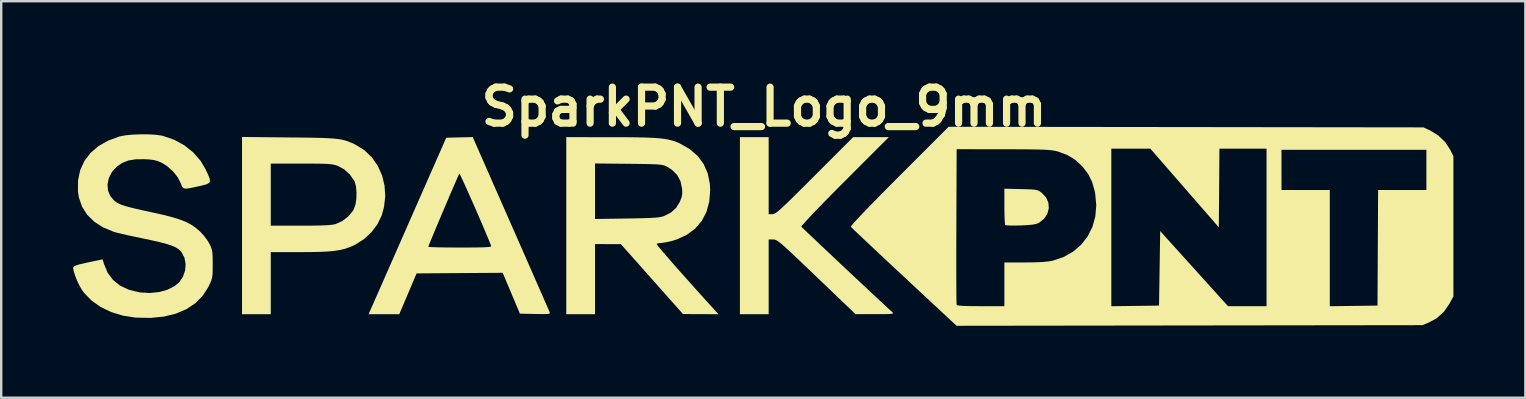
<source format=kicad_pcb>
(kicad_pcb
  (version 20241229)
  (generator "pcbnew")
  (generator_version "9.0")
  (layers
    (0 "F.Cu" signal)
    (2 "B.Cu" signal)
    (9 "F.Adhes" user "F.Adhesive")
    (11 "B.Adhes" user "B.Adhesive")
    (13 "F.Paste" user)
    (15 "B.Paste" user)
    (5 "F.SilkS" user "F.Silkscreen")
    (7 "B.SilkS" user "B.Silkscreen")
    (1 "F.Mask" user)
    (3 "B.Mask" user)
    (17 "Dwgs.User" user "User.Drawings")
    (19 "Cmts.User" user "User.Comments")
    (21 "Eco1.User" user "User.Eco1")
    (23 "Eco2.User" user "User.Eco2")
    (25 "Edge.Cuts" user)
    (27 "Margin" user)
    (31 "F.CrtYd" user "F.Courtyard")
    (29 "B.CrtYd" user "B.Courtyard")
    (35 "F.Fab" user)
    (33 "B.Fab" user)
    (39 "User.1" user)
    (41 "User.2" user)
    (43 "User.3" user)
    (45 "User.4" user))
  (footprint "SparkPNT_Logo_9mm"
    (layer "F.Cu")
    (at 28.795 6.404)
    (property "Reference" "SparkPNT_Logo_9mm" (at 0 -5 0) (layer "F.SilkS") (effects (font (size 1.5 1.5) (thickness 0.3))))
    (attr board_only exclude_from_pos_files exclude_from_bom)
    (fp_poly (pts (xy 10.703 -1.573) (xy 10.973 -1.566) (xy 11.167 -1.558) (xy 11.301 -1.545) (xy 11.396 -1.523) (xy 11.469 -1.491) (xy 11.539 -1.443) (xy 11.571 -1.419) (xy 11.75 -1.23) (xy 11.849 -1.01) (xy 11.868 -0.777) (xy 11.81 -0.548) (xy 11.676 -0.342) (xy 11.469 -0.175) (xy 11.436 -0.157) (xy 11.328 -0.117) (xy 11.164 -0.089) (xy 10.931 -0.069) (xy 10.687 -0.058) (xy 10.456 -0.053) (xy 10.261 -0.055) (xy 10.12 -0.062) (xy 10.054 -0.074) (xy 10.052 -0.075) (xy 10.04 -0.133) (xy 10.029 -0.27) (xy 10.021 -0.468) (xy 10.017 -0.709) (xy 10.016 -0.85) (xy 10.016 -1.589)) (stroke (width 0) (type solid)) (fill yes) (layer "F.SilkS"))
    (fp_poly (pts (xy 0.192 -2.133) (xy 0.192 -0.527) (xy 0.348 -0.527) (xy 0.389 -0.532) (xy 0.438 -0.551) (xy 0.501 -0.589) (xy 0.584 -0.652) (xy 0.693 -0.746) (xy 0.834 -0.875) (xy 1.014 -1.047) (xy 1.238 -1.266) (xy 1.513 -1.539) (xy 1.846 -1.87) (xy 2.109 -2.133) (xy 3.714 -3.738) (xy 4.456 -3.738) (xy 5.199 -3.738) (xy 3.36 -1.899) (xy 2.985 -1.522) (xy 2.643 -1.175) (xy 2.339 -0.864) (xy 2.077 -0.592) (xy 1.863 -0.366) (xy 1.701 -0.19) (xy 1.596 -0.07) (xy 1.554 -0.011) (xy 1.554 -0.006) (xy 1.592 0.033) (xy 1.692 0.129) (xy 1.848 0.277) (xy 2.05 0.469) (xy 2.291 0.697) (xy 2.564 0.955) (xy 2.861 1.235) (xy 3.174 1.53) (xy 3.496 1.832) (xy 3.819 2.135) (xy 4.135 2.431) (xy 4.437 2.714) (xy 4.716 2.975) (xy 4.966 3.207) (xy 5.178 3.405) (xy 5.345 3.559) (xy 5.366 3.578) (xy 5.379 3.602) (xy 5.35 3.619) (xy 5.27 3.63) (xy 5.126 3.637) (xy 4.908 3.64) (xy 4.623 3.64) (xy 3.81 3.638) (xy 2.186 2.083) (xy 1.807 1.721) (xy 1.492 1.42) (xy 1.232 1.174) (xy 1.022 0.978) (xy 0.855 0.826) (xy 0.725 0.713) (xy 0.624 0.632) (xy 0.547 0.579) (xy 0.488 0.548) (xy 0.438 0.532) (xy 0.393 0.527) (xy 0.376 0.527) (xy 0.192 0.527) (xy 0.192 2.085) (xy 0.192 3.642) (xy -0.407 3.642) (xy -1.006 3.642) (xy -1.006 -0.048) (xy -1.006 -3.738) (xy -0.407 -3.738) (xy 0.192 -3.738)) (stroke (width 0) (type solid)) (fill yes) (layer "F.SilkS"))
    (fp_poly (pts (xy -19.805 -3.726) (xy -19.286 -3.721) (xy -18.853 -3.715) (xy -18.494 -3.707) (xy -18.2 -3.696) (xy -17.96 -3.681) (xy -17.762 -3.66) (xy -17.598 -3.633) (xy -17.456 -3.599) (xy -17.325 -3.555) (xy -17.196 -3.502) (xy -17.057 -3.437) (xy -17.023 -3.421) (xy -16.655 -3.191) (xy -16.346 -2.895) (xy -16.101 -2.544) (xy -15.923 -2.149) (xy -15.818 -1.722) (xy -15.789 -1.275) (xy -15.841 -0.819) (xy -15.935 -0.478) (xy -16.112 -0.111) (xy -16.367 0.227) (xy -16.684 0.519) (xy -17.043 0.746) (xy -17.078 0.763) (xy -17.269 0.846) (xy -17.461 0.913) (xy -17.668 0.964) (xy -17.904 1.002) (xy -18.183 1.028) (xy -18.518 1.044) (xy -18.923 1.052) (xy -19.336 1.054) (xy -20.56 1.054) (xy -20.56 2.348) (xy -20.56 3.642) (xy -21.159 3.642) (xy -21.758 3.642) (xy -21.758 -0.051) (xy -21.758 -1.342) (xy -20.56 -1.342) (xy -20.56 -0.048) (xy -19.322 -0.048) (xy -18.907 -0.049) (xy -18.576 -0.054) (xy -18.317 -0.062) (xy -18.12 -0.074) (xy -17.973 -0.091) (xy -17.864 -0.114) (xy -17.847 -0.119) (xy -17.586 -0.238) (xy -17.341 -0.425) (xy -17.146 -0.652) (xy -17.096 -0.736) (xy -17.029 -0.928) (xy -16.992 -1.173) (xy -16.985 -1.438) (xy -17.009 -1.687) (xy -17.064 -1.887) (xy -17.079 -1.917) (xy -17.264 -2.181) (xy -17.505 -2.398) (xy -17.768 -2.54) (xy -17.853 -2.569) (xy -17.943 -2.592) (xy -18.051 -2.609) (xy -18.19 -2.621) (xy -18.373 -2.629) (xy -18.613 -2.633) (xy -18.924 -2.635) (xy -19.291 -2.636) (xy -20.56 -2.636) (xy -20.56 -1.342) (xy -21.758 -1.342) (xy -21.758 -3.745)) (stroke (width 0) (type solid)) (fill yes) (layer "F.SilkS"))
    (fp_poly (pts (xy -10.555 -0.133) (xy -10.31 0.423) (xy -10.076 0.956) (xy -9.856 1.457) (xy -9.652 1.921) (xy -9.468 2.341) (xy -9.306 2.709) (xy -9.17 3.021) (xy -9.062 3.268) (xy -8.985 3.443) (xy -8.943 3.542) (xy -8.935 3.56) (xy -8.928 3.594) (xy -8.948 3.617) (xy -9.008 3.631) (xy -9.123 3.637) (xy -9.307 3.636) (xy -9.54 3.632) (xy -10.177 3.618) (xy -10.535 2.767) (xy -10.894 1.916) (xy -12.688 1.928) (xy -14.482 1.941) (xy -14.843 2.792) (xy -15.204 3.642) (xy -15.844 3.642) (xy -16.484 3.642) (xy -16.436 3.534) (xy -16.409 3.475) (xy -16.347 3.334) (xy -16.253 3.119) (xy -16.128 2.837) (xy -15.977 2.494) (xy -15.803 2.097) (xy -15.607 1.653) (xy -15.394 1.169) (xy -15.246 0.832) (xy -13.994 0.832) (xy -13.948 0.84) (xy -13.819 0.847) (xy -13.618 0.853) (xy -13.357 0.858) (xy -13.05 0.861) (xy -12.708 0.863) (xy -12.671 0.863) (xy -12.265 0.862) (xy -11.947 0.859) (xy -11.708 0.854) (xy -11.54 0.845) (xy -11.433 0.834) (xy -11.38 0.819) (xy -11.371 0.803) (xy -11.443 0.621) (xy -11.539 0.388) (xy -11.655 0.114) (xy -11.783 -0.187) (xy -11.921 -0.505) (xy -12.061 -0.827) (xy -12.2 -1.142) (xy -12.332 -1.438) (xy -12.451 -1.703) (xy -12.553 -1.925) (xy -12.632 -2.092) (xy -12.683 -2.193) (xy -12.7 -2.218) (xy -12.726 -2.167) (xy -12.783 -2.04) (xy -12.866 -1.85) (xy -12.97 -1.609) (xy -13.09 -1.331) (xy -13.22 -1.026) (xy -13.355 -0.709) (xy -13.49 -0.391) (xy -13.619 -0.085) (xy -13.737 0.197) (xy -13.839 0.442) (xy -13.919 0.637) (xy -13.972 0.771) (xy -13.994 0.83) (xy -13.994 0.832) (xy -15.246 0.832) (xy -15.166 0.651) (xy -14.927 0.106) (xy -14.817 -0.144) (xy -13.246 -3.714) (xy -12.694 -3.728) (xy -12.142 -3.741)) (stroke (width 0) (type solid)) (fill yes) (layer "F.SilkS"))
    (fp_poly (pts (xy -6.386 -3.736) (xy -5.838 -3.735) (xy -5.376 -3.731) (xy -4.989 -3.723) (xy -4.667 -3.711) (xy -4.402 -3.693) (xy -4.181 -3.669) (xy -3.995 -3.638) (xy -3.834 -3.598) (xy -3.688 -3.55) (xy -3.547 -3.492) (xy -3.519 -3.479) (xy -3.106 -3.245) (xy -2.772 -2.959) (xy -2.52 -2.621) (xy -2.349 -2.233) (xy -2.26 -1.795) (xy -2.246 -1.531) (xy -2.284 -1.05) (xy -2.402 -0.62) (xy -2.598 -0.245) (xy -2.87 0.073) (xy -3.214 0.329) (xy -3.629 0.522) (xy -3.868 0.596) (xy -4.05 0.636) (xy -4.216 0.664) (xy -4.305 0.671) (xy -4.416 0.683) (xy -4.477 0.713) (xy -4.451 0.757) (xy -4.365 0.868) (xy -4.221 1.04) (xy -4.023 1.269) (xy -3.777 1.552) (xy -3.484 1.883) (xy -3.15 2.257) (xy -2.779 2.672) (xy -2.373 3.122) (xy -1.998 3.534) (xy -1.9 3.642) (xy -2.639 3.639) (xy -3.379 3.636) (xy -4.673 2.179) (xy -5.967 0.722) (xy -6.506 0.72) (xy -7.045 0.719) (xy -7.045 2.181) (xy -7.045 3.642) (xy -7.644 3.642) (xy -8.243 3.642) (xy -8.243 -0.048) (xy -8.243 -1.484) (xy -7.045 -1.484) (xy -7.045 -0.327) (xy -5.715 -0.347) (xy -5.304 -0.354) (xy -4.977 -0.362) (xy -4.723 -0.371) (xy -4.528 -0.383) (xy -4.383 -0.398) (xy -4.274 -0.418) (xy -4.19 -0.442) (xy -4.173 -0.448) (xy -3.88 -0.596) (xy -3.662 -0.795) (xy -3.511 -1.043) (xy -3.438 -1.227) (xy -3.409 -1.387) (xy -3.415 -1.576) (xy -3.415 -1.579) (xy -3.482 -1.898) (xy -3.623 -2.162) (xy -3.844 -2.38) (xy -4.049 -2.509) (xy -4.109 -2.539) (xy -4.173 -2.562) (xy -4.254 -2.581) (xy -4.361 -2.594) (xy -4.509 -2.605) (xy -4.707 -2.612) (xy -4.968 -2.618) (xy -5.303 -2.623) (xy -5.643 -2.627) (xy -7.045 -2.641) (xy -7.045 -1.484) (xy -8.243 -1.484) (xy -8.243 -3.738)) (stroke (width 0) (type solid)) (fill yes) (layer "F.SilkS"))
    (fp_poly (pts (xy 17.588 -4.158) (xy 27.485 -4.145) (xy 27.757 -4.018) (xy 28.102 -3.807) (xy 28.388 -3.532) (xy 28.59 -3.225) (xy 28.731 -2.947) (xy 28.731 -0.024) (xy 28.731 2.899) (xy 28.567 3.202) (xy 28.334 3.539) (xy 28.042 3.805) (xy 27.707 3.988) (xy 27.437 4.098) (xy 17.73 4.111) (xy 8.023 4.124) (xy 5.837 2.088) (xy 5.451 1.729) (xy 5.235 1.526) (xy 8.012 1.526) (xy 8.012 1.967) (xy 8.013 2.355) (xy 8.015 2.683) (xy 8.017 2.944) (xy 8.02 3.129) (xy 8.024 3.23) (xy 8.025 3.247) (xy 8.058 3.268) (xy 8.145 3.284) (xy 8.294 3.296) (xy 8.515 3.303) (xy 8.818 3.306) (xy 9.032 3.307) (xy 10.016 3.307) (xy 10.016 2.396) (xy 10.016 1.486) (xy 10.867 1.485) (xy 11.289 1.48) (xy 11.623 1.465) (xy 11.878 1.439) (xy 12.021 1.413) (xy 12.479 1.26) (xy 12.879 1.035) (xy 13.216 0.746) (xy 13.486 0.4) (xy 13.675 0.025) (xy 14.473 0.025) (xy 14.473 3.309) (xy 15.468 3.296) (xy 16.462 3.283) (xy 16.486 1.73) (xy 16.51 0.176) (xy 17.923 1.742) (xy 19.336 3.307) (xy 20.139 3.307) (xy 20.943 3.307) (xy 20.943 0.024) (xy 20.943 -2.372) (xy 21.566 -2.372) (xy 21.566 -1.534) (xy 22.572 -1.534) (xy 23.579 -1.534) (xy 23.579 0.888) (xy 23.579 3.309) (xy 24.573 3.296) (xy 25.568 3.283) (xy 25.58 0.875) (xy 25.593 -1.534) (xy 26.599 -1.534) (xy 27.605 -1.534) (xy 27.605 -2.372) (xy 27.605 -3.211) (xy 24.585 -3.211) (xy 21.566 -3.211) (xy 21.566 -2.372) (xy 20.943 -2.372) (xy 20.943 -3.259) (xy 19.961 -3.259) (xy 18.979 -3.259) (xy 18.967 -1.619) (xy 18.954 0.021) (xy 17.526 -1.619) (xy 16.099 -3.259) (xy 15.286 -3.259) (xy 14.473 -3.259) (xy 14.473 0.025) (xy 13.675 0.025) (xy 13.685 0.005) (xy 13.806 -0.43) (xy 13.846 -0.899) (xy 13.8 -1.394) (xy 13.782 -1.489) (xy 13.673 -1.869) (xy 13.514 -2.192) (xy 13.286 -2.493) (xy 13.247 -2.536) (xy 12.965 -2.795) (xy 12.652 -2.987) (xy 12.281 -3.128) (xy 12.221 -3.145) (xy 12.133 -3.166) (xy 12.035 -3.184) (xy 11.917 -3.198) (xy 11.769 -3.21) (xy 11.581 -3.218) (xy 11.343 -3.224) (xy 11.045 -3.228) (xy 10.675 -3.231) (xy 10.226 -3.232) (xy 9.968 -3.233) (xy 8.027 -3.235) (xy 8.015 -0.024) (xy 8.013 0.523) (xy 8.012 1.043) (xy 8.012 1.526) (xy 5.235 1.526) (xy 5.086 1.387) (xy 4.747 1.07) (xy 4.442 0.783) (xy 4.175 0.532) (xy 3.953 0.322) (xy 3.782 0.16) (xy 3.668 0.05) (xy 3.618 -0.001) (xy 3.616 -0.003) (xy 3.642 -0.049) (xy 3.734 -0.158) (xy 3.889 -0.328) (xy 4.103 -0.555) (xy 4.375 -0.837) (xy 4.7 -1.17) (xy 5.076 -1.551) (xy 5.499 -1.977) (xy 5.637 -2.115) (xy 7.692 -4.17)) (stroke (width 0) (type solid)) (fill yes) (layer "F.SilkS"))
    (fp_poly (pts (xy -25.662 -3.854) (xy -25.359 -3.837) (xy -25.112 -3.803) (xy -25.065 -3.793) (xy -24.593 -3.633) (xy -24.165 -3.4) (xy -23.793 -3.104) (xy -23.487 -2.753) (xy -23.292 -2.426) (xy -23.177 -2.186) (xy -23.109 -2.016) (xy -23.092 -1.901) (xy -23.134 -1.825) (xy -23.239 -1.772) (xy -23.413 -1.725) (xy -23.555 -1.693) (xy -23.815 -1.636) (xy -23.998 -1.601) (xy -24.12 -1.592) (xy -24.197 -1.611) (xy -24.247 -1.661) (xy -24.285 -1.744) (xy -24.311 -1.816) (xy -24.441 -2.07) (xy -24.64 -2.318) (xy -24.881 -2.532) (xy -25.1 -2.668) (xy -25.263 -2.738) (xy -25.424 -2.782) (xy -25.619 -2.808) (xy -25.81 -2.819) (xy -26.188 -2.815) (xy -26.498 -2.764) (xy -26.759 -2.66) (xy -26.977 -2.509) (xy -27.18 -2.285) (xy -27.309 -2.034) (xy -27.364 -1.771) (xy -27.344 -1.513) (xy -27.246 -1.278) (xy -27.086 -1.093) (xy -27.003 -1.03) (xy -26.908 -0.974) (xy -26.789 -0.922) (xy -26.634 -0.869) (xy -26.43 -0.813) (xy -26.166 -0.748) (xy -25.829 -0.672) (xy -25.496 -0.6) (xy -25.039 -0.498) (xy -24.664 -0.402) (xy -24.357 -0.306) (xy -24.103 -0.207) (xy -23.891 -0.098) (xy -23.705 0.027) (xy -23.532 0.173) (xy -23.506 0.196) (xy -23.343 0.373) (xy -23.195 0.572) (xy -23.112 0.714) (xy -23.055 0.836) (xy -23.017 0.946) (xy -22.995 1.068) (xy -22.984 1.226) (xy -22.98 1.445) (xy -22.98 1.56) (xy -22.981 1.806) (xy -22.987 1.982) (xy -23.004 2.115) (xy -23.036 2.231) (xy -23.089 2.356) (xy -23.16 2.503) (xy -23.395 2.872) (xy -23.701 3.182) (xy -24.076 3.431) (xy -24.515 3.618) (xy -25.012 3.74) (xy -25.564 3.796) (xy -26.166 3.784) (xy -26.215 3.78) (xy -26.734 3.699) (xy -27.217 3.55) (xy -27.654 3.339) (xy -28.032 3.071) (xy -28.34 2.753) (xy -28.434 2.622) (xy -28.534 2.45) (xy -28.63 2.249) (xy -28.711 2.044) (xy -28.77 1.86) (xy -28.795 1.723) (xy -28.793 1.685) (xy -28.759 1.646) (xy -28.665 1.604) (xy -28.501 1.556) (xy -28.255 1.5) (xy -28.173 1.482) (xy -27.568 1.355) (xy -27.51 1.552) (xy -27.358 1.914) (xy -27.134 2.214) (xy -26.839 2.451) (xy -26.475 2.623) (xy -26.046 2.728) (xy -26.005 2.734) (xy -25.6 2.758) (xy -25.215 2.719) (xy -24.865 2.622) (xy -24.569 2.471) (xy -24.384 2.317) (xy -24.223 2.087) (xy -24.13 1.824) (xy -24.108 1.55) (xy -24.157 1.287) (xy -24.278 1.058) (xy -24.33 0.998) (xy -24.422 0.918) (xy -24.543 0.846) (xy -24.706 0.777) (xy -24.92 0.708) (xy -25.197 0.636) (xy -25.548 0.556) (xy -25.917 0.478) (xy -26.223 0.414) (xy -26.514 0.351) (xy -26.769 0.293) (xy -26.97 0.244) (xy -27.097 0.21) (xy -27.101 0.208) (xy -27.548 0.024) (xy -27.919 -0.215) (xy -28.213 -0.505) (xy -28.427 -0.843) (xy -28.558 -1.226) (xy -28.597 -1.483) (xy -28.592 -1.943) (xy -28.501 -2.366) (xy -28.327 -2.746) (xy -28.072 -3.081) (xy -27.741 -3.365) (xy -27.336 -3.595) (xy -26.861 -3.766) (xy -26.838 -3.772) (xy -26.609 -3.815) (xy -26.317 -3.843) (xy -25.991 -3.856)) (stroke (width 0) (type solid)) (fill yes) (layer "F.SilkS")))
  (gr_rect
    (start -3 -3)
    (end 60.525 13.528)
    (stroke (width 0.1) (type default))
    (fill no)
    (layer "Edge.Cuts")))
</source>
